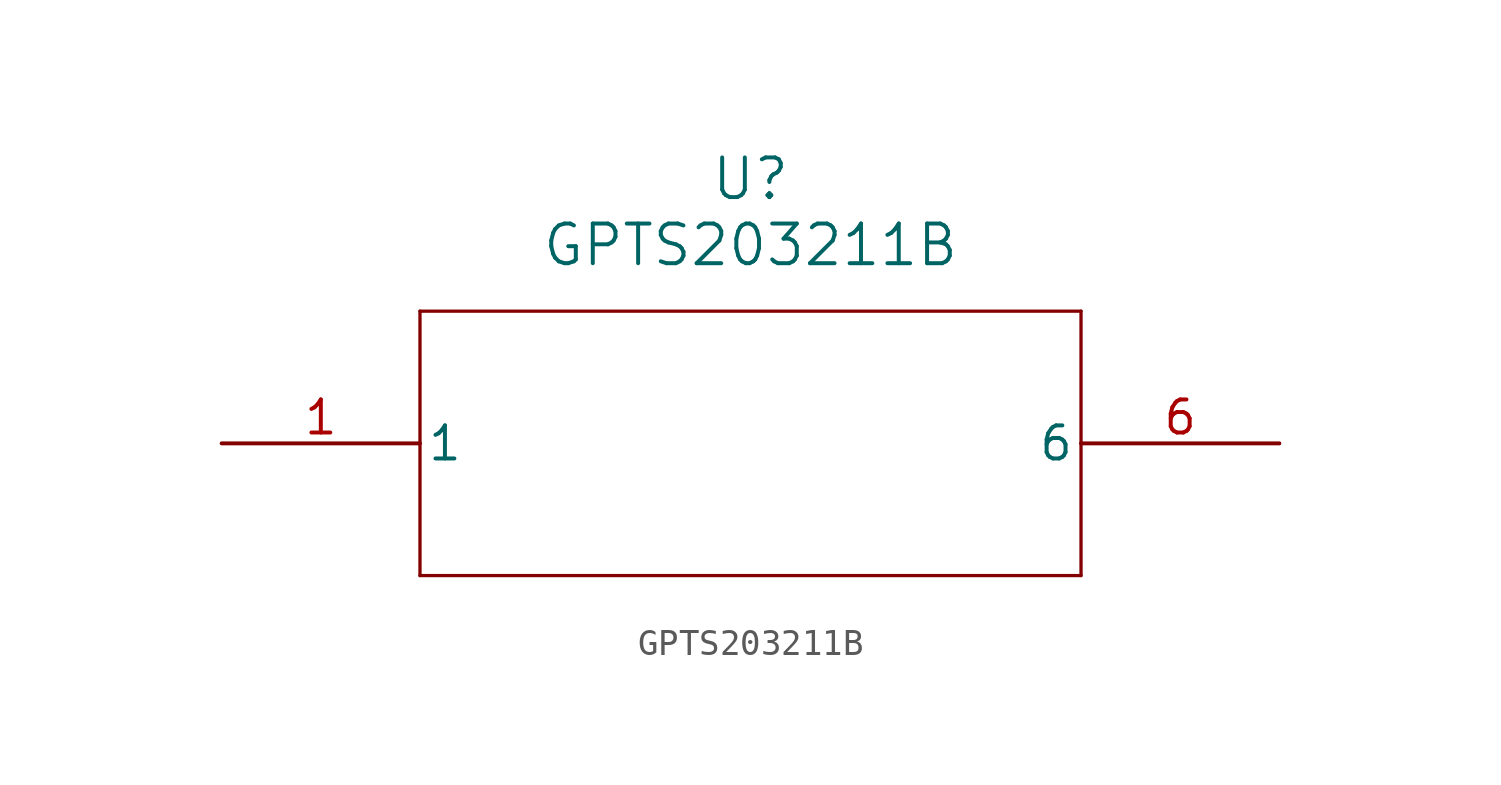
<source format=kicad_sym>
(kicad_symbol_lib
  (version 20211014)
  (generator kicad_symbol_editor)
  (symbol "GPTS203211B"
    (pin_names
      (offset 0.254))
    (property "Reference" "U"
      (at 20.32 10.16 0)
      (effects (font (size 1.524 1.524))))
    (property "Value" "GPTS203211B"
      (at 20.32 7.62 0)
      (effects (font (size 1.524 1.524))))
    (symbol "GPTS203211B_0_1"
      (polyline (pts (xy 7.62 5.08) (xy 7.62 -5.08)) (stroke (width 0.127) (type default) (color 0 0 0 0)) (fill (type none)))
      (polyline (pts (xy 7.62 -5.08) (xy 33.02 -5.08)) (stroke (width 0.127) (type default) (color 0 0 0 0)) (fill (type none)))
      (polyline (pts (xy 33.02 -5.08) (xy 33.02 5.08)) (stroke (width 0.127) (type default) (color 0 0 0 0)) (fill (type none)))
      (polyline (pts (xy 33.02 5.08) (xy 7.62 5.08)) (stroke (width 0.127) (type default) (color 0 0 0 0)) (fill (type none)))
      (pin unspecified line (at 0 0 0) (length 7.62) (name "1" (effects (font (size 1.27 1.27)))) (number "1" (effects (font (size 1.27 1.27)))))
      (pin unspecified line (at 40.64 0 180) (length 7.62) (name "6" (effects (font (size 1.27 1.27)))) (number "6" (effects (font (size 1.27 1.27))))))))
</source>
